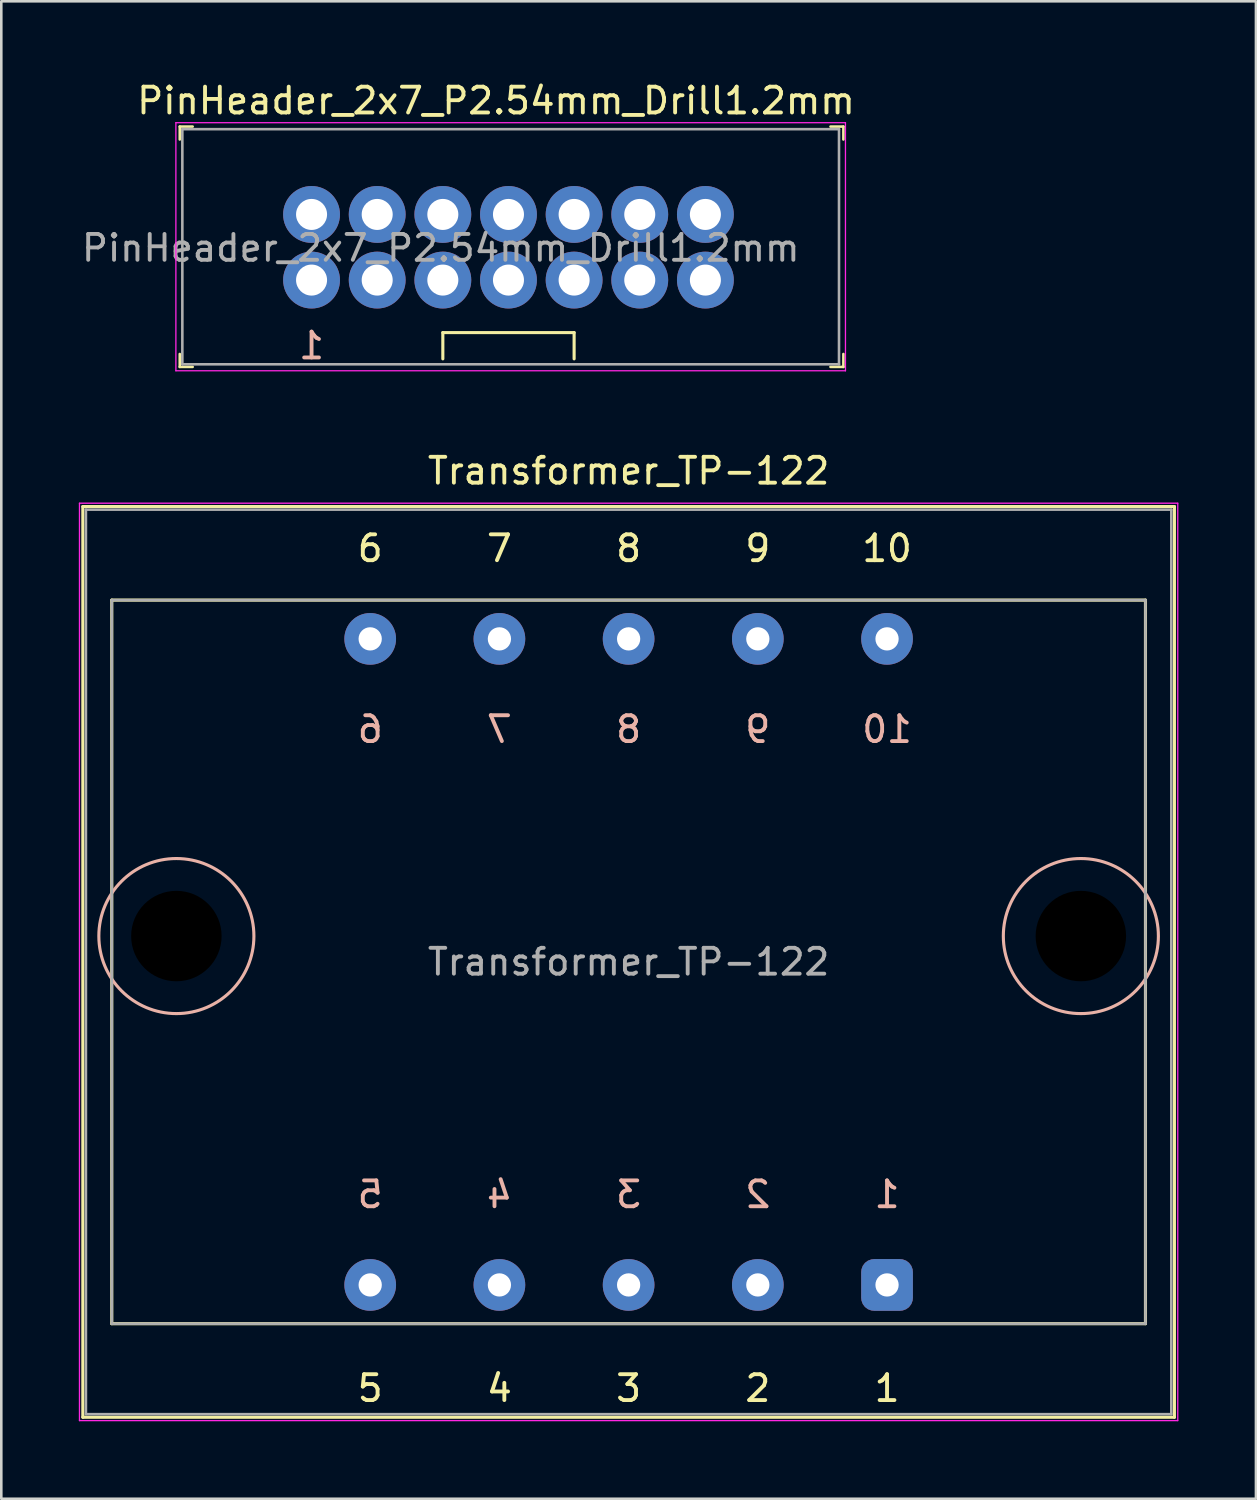
<source format=kicad_pcb>
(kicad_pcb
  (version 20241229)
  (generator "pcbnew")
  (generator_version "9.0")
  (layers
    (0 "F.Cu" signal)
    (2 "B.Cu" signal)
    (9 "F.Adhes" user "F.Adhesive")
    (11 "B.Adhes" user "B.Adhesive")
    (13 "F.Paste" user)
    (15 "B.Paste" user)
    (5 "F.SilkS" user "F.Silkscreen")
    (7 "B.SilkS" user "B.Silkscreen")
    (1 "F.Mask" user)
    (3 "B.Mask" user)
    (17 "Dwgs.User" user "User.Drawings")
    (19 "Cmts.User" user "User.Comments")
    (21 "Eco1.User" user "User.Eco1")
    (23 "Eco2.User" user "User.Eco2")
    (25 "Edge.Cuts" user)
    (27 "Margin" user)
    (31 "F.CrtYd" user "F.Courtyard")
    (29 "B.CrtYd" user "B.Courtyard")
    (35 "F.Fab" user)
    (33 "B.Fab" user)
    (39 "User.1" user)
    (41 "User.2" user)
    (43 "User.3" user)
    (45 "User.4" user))
  (footprint "PinHeader_2x7_P2.54mm_Drill1.2mm"
    (layer "F.Cu")
    (at 9.006 5.248)
    (property "Reference" "PinHeader_2x7_P2.54mm_Drill1.2mm" (at 7.14 -4.4 0) (layer "F.SilkS") (effects (font (size 1 1) (thickness 0.15))))
    (attr through_hole)
    (fp_line (start -5.1 -3.4) (end -5.1 -2.9) (stroke (width 0.1) (type solid)) (layer "F.SilkS"))
    (fp_line (start -5.1 -3.4) (end -4.6 -3.4) (stroke (width 0.1) (type solid)) (layer "F.SilkS"))
    (fp_line (start -5.1 5.9) (end -5.1 5.4) (stroke (width 0.1) (type solid)) (layer "F.SilkS"))
    (fp_line (start -5.1 5.9) (end -4.6 5.9) (stroke (width 0.1) (type solid)) (layer "F.SilkS"))
    (fp_line (start 5.08 4.572) (end 10.16 4.572) (stroke (width 0.12) (type solid)) (layer "F.SilkS"))
    (fp_line (start 5.08 5.588) (end 5.08 4.572) (stroke (width 0.12) (type solid)) (layer "F.SilkS"))
    (fp_line (start 10.16 4.572) (end 10.16 5.588) (stroke (width 0.12) (type solid)) (layer "F.SilkS"))
    (fp_line (start 20.58 -3.4) (end 20.08 -3.4) (stroke (width 0.1) (type solid)) (layer "F.SilkS"))
    (fp_line (start 20.58 -3.4) (end 20.58 -2.9) (stroke (width 0.1) (type solid)) (layer "F.SilkS"))
    (fp_line (start 20.58 5.9) (end 20.08 5.9) (stroke (width 0.1) (type solid)) (layer "F.SilkS"))
    (fp_line (start 20.58 5.9) (end 20.58 5.4) (stroke (width 0.1) (type solid)) (layer "F.SilkS"))
    (fp_line (start -5.25 -3.55) (end -5.25 6.05) (stroke (width 0.05) (type solid)) (layer "F.CrtYd"))
    (fp_line (start 20.66 -3.55) (end -5.25 -3.55) (stroke (width 0.05) (type solid)) (layer "F.CrtYd"))
    (fp_line (start 20.66 -3.55) (end 20.66 6.05) (stroke (width 0.05) (type solid)) (layer "F.CrtYd"))
    (fp_line (start 20.66 6.05) (end -5.25 6.05) (stroke (width 0.05) (type solid)) (layer "F.CrtYd"))
    (fp_line (start -5 -3.3) (end -5 5.8) (stroke (width 0.1) (type solid)) (layer "F.Fab"))
    (fp_line (start -5 -3.3) (end 20.41 -3.3) (stroke (width 0.1) (type solid)) (layer "F.Fab"))
    (fp_line (start -5 5.8) (end 20.41 5.8) (stroke (width 0.1) (type solid)) (layer "F.Fab"))
    (fp_line (start 20.41 -3.3) (end 20.41 5.8) (stroke (width 0.1) (type solid)) (layer "F.Fab"))
    (fp_text user "1" (at 0 5.08 0) (unlocked yes) (layer "B.SilkS") (effects (font (size 1 1) (thickness 0.15)) (justify mirror)))
    (fp_text user "${REFERENCE}" (at 5 1.3 0) (layer "F.Fab") (effects (font (size 1 1) (thickness 0.15))))
    (pad "1" thru_hole circle (at 0 2.54) (size 2.2 2.2) (drill 1.2) (layers "*.Cu" "*.Mask"))
    (pad "2" thru_hole circle (at 0 0) (size 2.2 2.2) (drill 1.2) (layers "*.Cu" "*.Mask"))
    (pad "3" thru_hole circle (at 2.54 2.54) (size 2.2 2.2) (drill 1.2) (layers "*.Cu" "*.Mask"))
    (pad "4" thru_hole circle (at 2.54 0) (size 2.2 2.2) (drill 1.2) (layers "*.Cu" "*.Mask"))
    (pad "5" thru_hole circle (at 5.08 2.54) (size 2.2 2.2) (drill 1.2) (layers "*.Cu" "*.Mask"))
    (pad "6" thru_hole circle (at 5.08 0) (size 2.2 2.2) (drill 1.2) (layers "*.Cu" "*.Mask"))
    (pad "7" thru_hole circle (at 7.62 2.54) (size 2.2 2.2) (drill 1.2) (layers "*.Cu" "*.Mask"))
    (pad "8" thru_hole circle (at 7.62 0) (size 2.2 2.2) (drill 1.2) (layers "*.Cu" "*.Mask"))
    (pad "9" thru_hole circle (at 10.16 2.54) (size 2.2 2.2) (drill 1.2) (layers "*.Cu" "*.Mask"))
    (pad "10" thru_hole circle (at 10.16 0) (size 2.2 2.2) (drill 1.2) (layers "*.Cu" "*.Mask"))
    (pad "11" thru_hole circle (at 12.7 2.54) (size 2.2 2.2) (drill 1.2) (layers "*.Cu" "*.Mask"))
    (pad "12" thru_hole circle (at 12.7 0) (size 2.2 2.2) (drill 1.2) (layers "*.Cu" "*.Mask"))
    (pad "13" thru_hole circle (at 15.24 2.54) (size 2.2 2.2) (drill 1.2) (layers "*.Cu" "*.Mask"))
    (pad "14" thru_hole circle (at 15.24 0) (size 2.2 2.2) (drill 1.2) (layers "*.Cu" "*.Mask")))
  (footprint "Transformer_TP-122"
    (layer "F.Cu")
    (at 11.275 46.672)
    (property "Reference" "Transformer_TP-122" (at 10 -31.5 0) (layer "F.SilkS") (effects (font (size 1 1) (thickness 0.15))))
    (attr through_hole)
    (fp_line (start -11.12 -30.12) (end -11.12 5.12) (stroke (width 0.12) (type solid)) (layer "F.SilkS"))
    (fp_line (start -11.12 -30.12) (end 31.12 -30.12) (stroke (width 0.12) (type solid)) (layer "F.SilkS"))
    (fp_line (start -10 -26.5) (end 30 -26.5) (stroke (width 0.12) (type solid)) (layer "F.SilkS"))
    (fp_line (start -10 1.5) (end -10 -26.5) (stroke (width 0.12) (type solid)) (layer "F.SilkS"))
    (fp_line (start 30 -26.5) (end 30 1.5) (stroke (width 0.12) (type solid)) (layer "F.SilkS"))
    (fp_line (start 30 1.5) (end -10 1.5) (stroke (width 0.12) (type solid)) (layer "F.SilkS"))
    (fp_line (start 31.12 5.12) (end -11.12 5.12) (stroke (width 0.12) (type solid)) (layer "F.SilkS"))
    (fp_line (start 31.12 5.12) (end 31.12 -30.12) (stroke (width 0.12) (type solid)) (layer "F.SilkS"))
    (fp_circle (center -7.5 -13.5) (end -7.5 -10.5) (stroke (width 0.12) (type solid)) (fill no) (layer "B.SilkS"))
    (fp_circle (center 27.5 -13.5) (end 27.5 -10.5) (stroke (width 0.12) (type solid)) (fill no) (layer "B.SilkS"))
    (fp_line (start -11.25 -30.25) (end -11.25 5.25) (stroke (width 0.05) (type solid)) (layer "F.CrtYd"))
    (fp_line (start -11.25 -30.25) (end 31.25 -30.25) (stroke (width 0.05) (type solid)) (layer "F.CrtYd"))
    (fp_line (start 31.25 5.25) (end -11.25 5.25) (stroke (width 0.05) (type solid)) (layer "F.CrtYd"))
    (fp_line (start 31.25 5.25) (end 31.25 -30.25) (stroke (width 0.05) (type solid)) (layer "F.CrtYd"))
    (fp_line (start -11 -30) (end 31 -30) (stroke (width 0.1) (type solid)) (layer "F.Fab"))
    (fp_line (start -11 5) (end -11 -30) (stroke (width 0.1) (type solid)) (layer "F.Fab"))
    (fp_line (start -10 -26.5) (end -10 1.5) (stroke (width 0.1) (type solid)) (layer "F.Fab"))
    (fp_line (start -10 1.5) (end 30 1.5) (stroke (width 0.1) (type solid)) (layer "F.Fab"))
    (fp_line (start 30 -26.5) (end -10 -26.5) (stroke (width 0.1) (type solid)) (layer "F.Fab"))
    (fp_line (start 30 1.5) (end 30 -26.5) (stroke (width 0.1) (type solid)) (layer "F.Fab"))
    (fp_line (start 31 -30) (end 31 5) (stroke (width 0.1) (type solid)) (layer "F.Fab"))
    (fp_line (start 31 5) (end -11 5) (stroke (width 0.1) (type solid)) (layer "F.Fab"))
    (fp_text user "8" (at 10 -28.5 0) (layer "F.SilkS") (effects (font (size 1 1) (thickness 0.15))))
    (fp_text user "6" (at 0 -28.5 0) (layer "F.SilkS") (effects (font (size 1 1) (thickness 0.15))))
    (fp_text user "5" (at 0 4 0) (layer "F.SilkS") (effects (font (size 1 1) (thickness 0.15))))
    (fp_text user "1" (at 20 4 0) (layer "F.SilkS") (effects (font (size 1 1) (thickness 0.15))))
    (fp_text user "3" (at 10 4 0) (layer "F.SilkS") (effects (font (size 1 1) (thickness 0.15))))
    (fp_text user "9" (at 15 -28.5 0) (layer "F.SilkS") (effects (font (size 1 1) (thickness 0.15))))
    (fp_text user "7" (at 5 -28.5 0) (layer "F.SilkS") (effects (font (size 1 1) (thickness 0.15))))
    (fp_text user "4" (at 5 4 0) (layer "F.SilkS") (effects (font (size 1 1) (thickness 0.15))))
    (fp_text user "2" (at 15 4 0) (layer "F.SilkS") (effects (font (size 1 1) (thickness 0.15))))
    (fp_text user "10" (at 20 -28.5 0) (layer "F.SilkS") (effects (font (size 1 1) (thickness 0.15))))
    (fp_text user "6" (at 0 -21.5 0) (layer "B.SilkS") (effects (font (size 1 1) (thickness 0.15)) (justify mirror)))
    (fp_text user "4" (at 5 -3.5 0) (layer "B.SilkS") (effects (font (size 1 1) (thickness 0.15)) (justify mirror)))
    (fp_text user "2" (at 15 -3.5 0) (layer "B.SilkS") (effects (font (size 1 1) (thickness 0.15)) (justify mirror)))
    (fp_text user "3" (at 10 -3.5 0) (layer "B.SilkS") (effects (font (size 1 1) (thickness 0.15)) (justify mirror)))
    (fp_text user "9" (at 15 -21.5 0) (layer "B.SilkS") (effects (font (size 1 1) (thickness 0.15)) (justify mirror)))
    (fp_text user "8" (at 10 -21.5 0) (layer "B.SilkS") (effects (font (size 1 1) (thickness 0.15)) (justify mirror)))
    (fp_text user "5" (at 0 -3.5 0) (layer "B.SilkS") (effects (font (size 1 1) (thickness 0.15)) (justify mirror)))
    (fp_text user "1" (at 20 -3.5 0) (layer "B.SilkS") (effects (font (size 1 1) (thickness 0.15)) (justify mirror)))
    (fp_text user "10" (at 20 -21.5 0) (layer "B.SilkS") (effects (font (size 1 1) (thickness 0.15)) (justify mirror)))
    (fp_text user "7" (at 5 -21.5 0) (layer "B.SilkS") (effects (font (size 1 1) (thickness 0.15)) (justify mirror)))
    (fp_text user "${REFERENCE}" (at 10 -12.5 0) (layer "F.Fab") (effects (font (size 1 1) (thickness 0.15))))
    (pad "" np_thru_hole circle (at -7.5 -13.5) (size 3.5 3.5) (drill 3.5) (layers "*.Mask"))
    (pad "" np_thru_hole circle (at 27.5 -13.5) (size 3.5 3.5) (drill 3.5) (layers "*.Mask"))
    (pad "1" thru_hole roundrect (at 20 0) (size 2 2) (drill 0.9) (layers "*.Cu" "*.Mask") (roundrect_rratio 0.25))
    (pad "2" thru_hole circle (at 15 0) (size 2 2) (drill 0.9) (layers "*.Cu" "*.Mask"))
    (pad "3" thru_hole circle (at 10 0) (size 2 2) (drill 0.9) (layers "*.Cu" "*.Mask"))
    (pad "4" thru_hole circle (at 5 0) (size 2 2) (drill 0.9) (layers "*.Cu" "*.Mask"))
    (pad "5" thru_hole circle (at 0 0) (size 2 2) (drill 0.9) (layers "*.Cu" "*.Mask"))
    (pad "6" thru_hole circle (at 0 -25) (size 2 2) (drill 0.9) (layers "*.Cu" "*.Mask"))
    (pad "7" thru_hole circle (at 5 -25) (size 2 2) (drill 0.9) (layers "*.Cu" "*.Mask"))
    (pad "8" thru_hole circle (at 10 -25) (size 2 2) (drill 0.9) (layers "*.Cu" "*.Mask"))
    (pad "9" thru_hole circle (at 15 -25) (size 2 2) (drill 0.9) (layers "*.Cu" "*.Mask"))
    (pad "10" thru_hole circle (at 20 -25) (size 2 2) (drill 0.9) (layers "*.Cu" "*.Mask")))
  (gr_rect
    (start -3 -3)
    (end 45.55 54.947)
    (stroke (width 0.1) (type default))
    (fill no)
    (layer "Edge.Cuts")))
</source>
